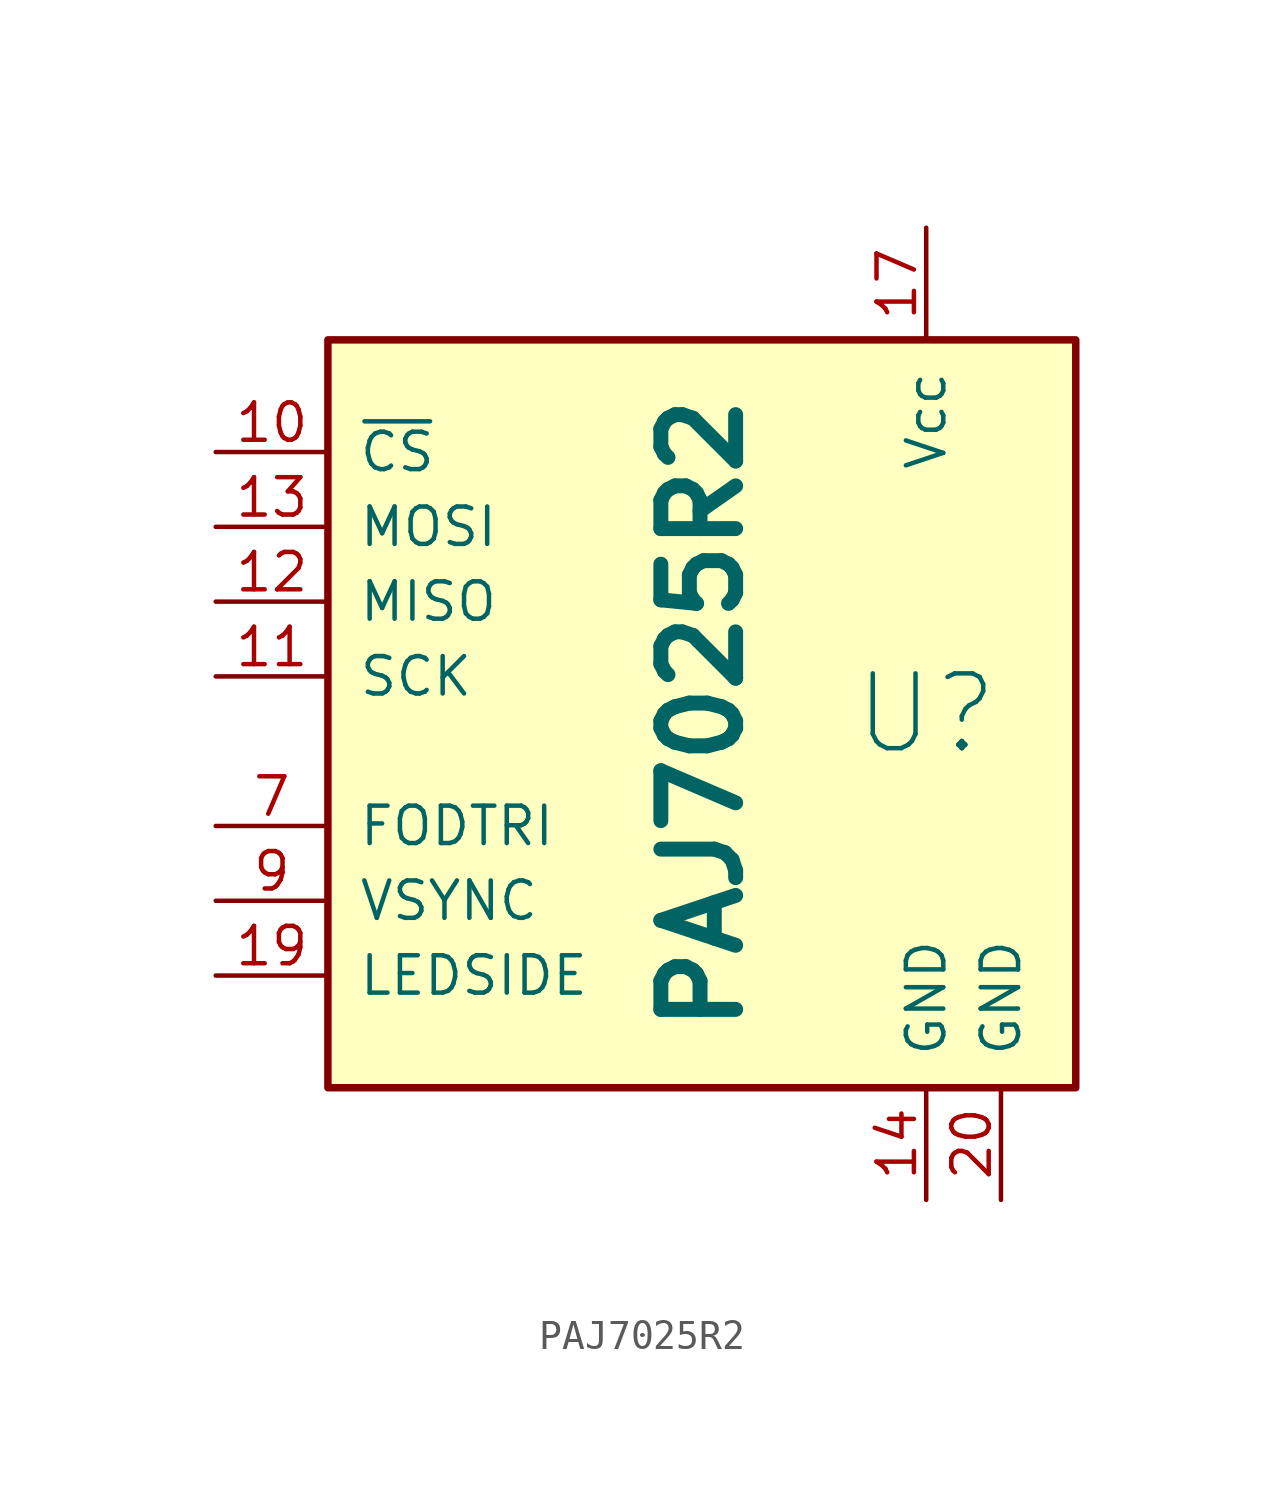
<source format=kicad_sym>
(kicad_symbol_lib
  (version 20231120)
  (generator "kicad_symbol_editor")
  (generator_version "8.0")
  (symbol "PAJ7025R2"
    (pin_names
      (offset 1.016))
    (property "Reference" "U"
      (at 7.62 0 0)
      (effects (font (size 2.54 2.54))))
    (property "Value" "PAJ7025R2"
      (at 0 0 90)
      (effects (font (size 2.54 2.54) (bold yes))))
    (symbol "PAJ7025R2_0_1"
      (rectangle (start -12.7 12.7) (end 12.7 -12.7) (stroke (width 0.254) (type default)) (fill (type background))))
    (symbol "PAJ7025R2_1_1"
      (pin passive line (at -16.51 8.89 0) (length 3.81) (name "~{CS}" (effects (font (size 1.27 1.27)))) (number "10" (effects (font (size 1.27 1.27)))))
      (pin passive line (at -16.51 1.27 0) (length 3.81) (name "SCK" (effects (font (size 1.27 1.27)))) (number "11" (effects (font (size 1.27 1.27)))))
      (pin passive line (at -16.51 3.81 0) (length 3.81) (name "MISO" (effects (font (size 1.27 1.27)))) (number "12" (effects (font (size 1.27 1.27)))))
      (pin passive line (at -16.51 6.35 0) (length 3.81) (name "MOSI" (effects (font (size 1.27 1.27)))) (number "13" (effects (font (size 1.27 1.27)))))
      (pin passive line (at 7.62 -16.51 90) (length 3.81) (name "GND" (effects (font (size 1.27 1.27)))) (number "14" (effects (font (size 1.27 1.27)))))
      (pin passive line (at 7.62 16.51 270) (length 3.81) (name "Vcc" (effects (font (size 1.27 1.27)))) (number "17" (effects (font (size 1.27 1.27)))))
      (pin passive line (at -16.51 -8.89 0) (length 3.81) (name "LEDSIDE" (effects (font (size 1.27 1.27)))) (number "19" (effects (font (size 1.27 1.27)))))
      (pin passive line (at 10.16 -16.51 90) (length 3.81) (name "GND" (effects (font (size 1.27 1.27)))) (number "20" (effects (font (size 1.27 1.27)))))
      (pin passive line (at -16.51 -3.81 0) (length 3.81) (name "FODTRI" (effects (font (size 1.27 1.27)))) (number "7" (effects (font (size 1.27 1.27)))))
      (pin passive line (at -16.51 -6.35 0) (length 3.81) (name "VSYNC" (effects (font (size 1.27 1.27)))) (number "9" (effects (font (size 1.27 1.27))))))))
</source>
